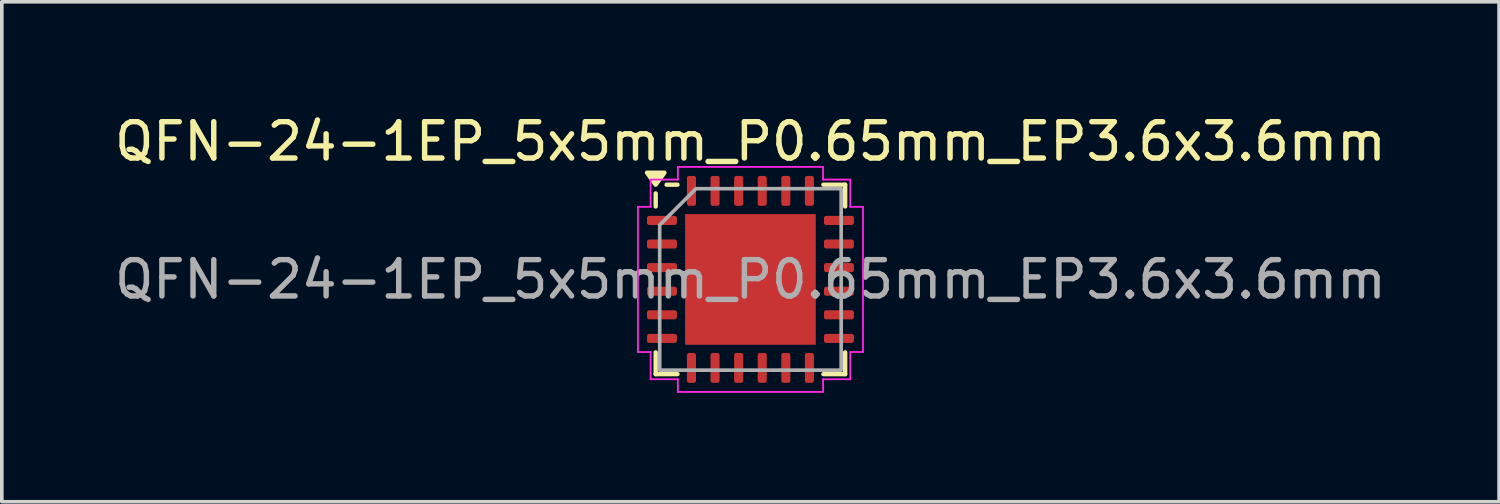
<source format=kicad_pcb>
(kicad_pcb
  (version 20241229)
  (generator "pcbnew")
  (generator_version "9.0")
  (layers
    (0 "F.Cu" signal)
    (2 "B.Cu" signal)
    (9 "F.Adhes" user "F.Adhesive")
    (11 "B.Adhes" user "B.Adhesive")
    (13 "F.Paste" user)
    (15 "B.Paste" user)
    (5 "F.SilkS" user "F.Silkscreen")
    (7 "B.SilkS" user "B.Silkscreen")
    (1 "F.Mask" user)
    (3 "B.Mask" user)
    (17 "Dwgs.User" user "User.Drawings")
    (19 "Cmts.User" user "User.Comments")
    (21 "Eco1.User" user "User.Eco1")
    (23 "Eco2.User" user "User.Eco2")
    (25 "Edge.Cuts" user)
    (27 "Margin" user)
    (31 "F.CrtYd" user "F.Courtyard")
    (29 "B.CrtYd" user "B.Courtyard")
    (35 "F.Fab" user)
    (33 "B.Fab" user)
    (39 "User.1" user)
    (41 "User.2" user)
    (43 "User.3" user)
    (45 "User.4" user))
  (footprint "QFN-24-1EP_5x5mm_P0.65mm_EP3.6x3.6mm"
    (layer "F.Cu")
    (at 17.625 4.648)
    (property "Reference" "QFN-24-1EP_5x5mm_P0.65mm_EP3.6x3.6mm" (at 0 -3.8 0) (layer "F.SilkS") (effects (font (size 1 1) (thickness 0.15))))
    (attr smd)
    (fp_line (start -2.61 -2.01) (end -2.61 -2.37) (stroke (width 0.12) (type solid)) (layer "F.SilkS"))
    (fp_line (start -2.61 2.61) (end -2.61 2.01) (stroke (width 0.12) (type solid)) (layer "F.SilkS"))
    (fp_line (start -2.01 -2.61) (end -2.31 -2.61) (stroke (width 0.12) (type solid)) (layer "F.SilkS"))
    (fp_line (start -2.01 2.61) (end -2.61 2.61) (stroke (width 0.12) (type solid)) (layer "F.SilkS"))
    (fp_line (start 2.01 -2.61) (end 2.61 -2.61) (stroke (width 0.12) (type solid)) (layer "F.SilkS"))
    (fp_line (start 2.01 2.61) (end 2.61 2.61) (stroke (width 0.12) (type solid)) (layer "F.SilkS"))
    (fp_line (start 2.61 -2.61) (end 2.61 -2.01) (stroke (width 0.12) (type solid)) (layer "F.SilkS"))
    (fp_line (start 2.61 2.61) (end 2.61 2.01) (stroke (width 0.12) (type solid)) (layer "F.SilkS"))
    (fp_poly (pts (xy -2.61 -2.61) (xy -2.85 -2.94) (xy -2.37 -2.94)) (stroke (width 0.12) (type solid)) (fill yes) (layer "F.SilkS"))
    (fp_line (start -3.1 -2) (end -2.75 -2) (stroke (width 0.05) (type solid)) (layer "F.CrtYd"))
    (fp_line (start -3.1 2) (end -3.1 -2) (stroke (width 0.05) (type solid)) (layer "F.CrtYd"))
    (fp_line (start -2.75 -2.75) (end -2 -2.75) (stroke (width 0.05) (type solid)) (layer "F.CrtYd"))
    (fp_line (start -2.75 -2) (end -2.75 -2.75) (stroke (width 0.05) (type solid)) (layer "F.CrtYd"))
    (fp_line (start -2.75 2) (end -3.1 2) (stroke (width 0.05) (type solid)) (layer "F.CrtYd"))
    (fp_line (start -2.75 2.75) (end -2.75 2) (stroke (width 0.05) (type solid)) (layer "F.CrtYd"))
    (fp_line (start -2 -3.1) (end 2 -3.1) (stroke (width 0.05) (type solid)) (layer "F.CrtYd"))
    (fp_line (start -2 -2.75) (end -2 -3.1) (stroke (width 0.05) (type solid)) (layer "F.CrtYd"))
    (fp_line (start -2 2.75) (end -2.75 2.75) (stroke (width 0.05) (type solid)) (layer "F.CrtYd"))
    (fp_line (start -2 3.1) (end -2 2.75) (stroke (width 0.05) (type solid)) (layer "F.CrtYd"))
    (fp_line (start 2 -3.1) (end 2 -2.75) (stroke (width 0.05) (type solid)) (layer "F.CrtYd"))
    (fp_line (start 2 -2.75) (end 2.75 -2.75) (stroke (width 0.05) (type solid)) (layer "F.CrtYd"))
    (fp_line (start 2 2.75) (end 2 3.1) (stroke (width 0.05) (type solid)) (layer "F.CrtYd"))
    (fp_line (start 2 3.1) (end -2 3.1) (stroke (width 0.05) (type solid)) (layer "F.CrtYd"))
    (fp_line (start 2.75 -2.75) (end 2.75 -2) (stroke (width 0.05) (type solid)) (layer "F.CrtYd"))
    (fp_line (start 2.75 -2) (end 3.1 -2) (stroke (width 0.05) (type solid)) (layer "F.CrtYd"))
    (fp_line (start 2.75 2) (end 2.75 2.75) (stroke (width 0.05) (type solid)) (layer "F.CrtYd"))
    (fp_line (start 2.75 2.75) (end 2 2.75) (stroke (width 0.05) (type solid)) (layer "F.CrtYd"))
    (fp_line (start 3.1 -2) (end 3.1 2) (stroke (width 0.05) (type solid)) (layer "F.CrtYd"))
    (fp_line (start 3.1 2) (end 2.75 2) (stroke (width 0.05) (type solid)) (layer "F.CrtYd"))
    (fp_poly (pts (xy -2.5 -1.5) (xy -2.5 2.5) (xy 2.5 2.5) (xy 2.5 -2.5) (xy -1.5 -2.5)) (stroke (width 0.1) (type solid)) (fill no) (layer "F.Fab"))
    (fp_text user "${REFERENCE}" (at 0 0 0) (layer "F.Fab") (effects (font (size 1 1) (thickness 0.15))))
    (pad "" smd roundrect (at -1.2 -1.2) (size 0.97 0.97) (layers "F.Paste") (roundrect_rratio 0.25))
    (pad "" smd roundrect (at -1.2 0) (size 0.97 0.97) (layers "F.Paste") (roundrect_rratio 0.25))
    (pad "" smd roundrect (at -1.2 1.2) (size 0.97 0.97) (layers "F.Paste") (roundrect_rratio 0.25))
    (pad "" smd roundrect (at 0 -1.2) (size 0.97 0.97) (layers "F.Paste") (roundrect_rratio 0.25))
    (pad "" smd roundrect (at 0 0) (size 0.97 0.97) (layers "F.Paste") (roundrect_rratio 0.25))
    (pad "" smd roundrect (at 0 1.2) (size 0.97 0.97) (layers "F.Paste") (roundrect_rratio 0.25))
    (pad "" smd roundrect (at 1.2 -1.2) (size 0.97 0.97) (layers "F.Paste") (roundrect_rratio 0.25))
    (pad "" smd roundrect (at 1.2 0) (size 0.97 0.97) (layers "F.Paste") (roundrect_rratio 0.25))
    (pad "" smd roundrect (at 1.2 1.2) (size 0.97 0.97) (layers "F.Paste") (roundrect_rratio 0.25))
    (pad "1" smd roundrect (at -2.438 -1.625) (size 0.825 0.25) (layers "F.Cu" "F.Mask" "F.Paste") (roundrect_rratio 0.25))
    (pad "2" smd roundrect (at -2.438 -0.975) (size 0.825 0.25) (layers "F.Cu" "F.Mask" "F.Paste") (roundrect_rratio 0.25))
    (pad "3" smd roundrect (at -2.438 -0.325) (size 0.825 0.25) (layers "F.Cu" "F.Mask" "F.Paste") (roundrect_rratio 0.25))
    (pad "4" smd roundrect (at -2.438 0.325) (size 0.825 0.25) (layers "F.Cu" "F.Mask" "F.Paste") (roundrect_rratio 0.25))
    (pad "5" smd roundrect (at -2.438 0.975) (size 0.825 0.25) (layers "F.Cu" "F.Mask" "F.Paste") (roundrect_rratio 0.25))
    (pad "6" smd roundrect (at -2.438 1.625) (size 0.825 0.25) (layers "F.Cu" "F.Mask" "F.Paste") (roundrect_rratio 0.25))
    (pad "7" smd roundrect (at -1.625 2.438) (size 0.25 0.825) (layers "F.Cu" "F.Mask" "F.Paste") (roundrect_rratio 0.25))
    (pad "8" smd roundrect (at -0.975 2.438) (size 0.25 0.825) (layers "F.Cu" "F.Mask" "F.Paste") (roundrect_rratio 0.25))
    (pad "9" smd roundrect (at -0.325 2.438) (size 0.25 0.825) (layers "F.Cu" "F.Mask" "F.Paste") (roundrect_rratio 0.25))
    (pad "10" smd roundrect (at 0.325 2.438) (size 0.25 0.825) (layers "F.Cu" "F.Mask" "F.Paste") (roundrect_rratio 0.25))
    (pad "11" smd roundrect (at 0.975 2.438) (size 0.25 0.825) (layers "F.Cu" "F.Mask" "F.Paste") (roundrect_rratio 0.25))
    (pad "12" smd roundrect (at 1.625 2.438) (size 0.25 0.825) (layers "F.Cu" "F.Mask" "F.Paste") (roundrect_rratio 0.25))
    (pad "13" smd roundrect (at 2.438 1.625) (size 0.825 0.25) (layers "F.Cu" "F.Mask" "F.Paste") (roundrect_rratio 0.25))
    (pad "14" smd roundrect (at 2.438 0.975) (size 0.825 0.25) (layers "F.Cu" "F.Mask" "F.Paste") (roundrect_rratio 0.25))
    (pad "15" smd roundrect (at 2.438 0.325) (size 0.825 0.25) (layers "F.Cu" "F.Mask" "F.Paste") (roundrect_rratio 0.25))
    (pad "16" smd roundrect (at 2.438 -0.325) (size 0.825 0.25) (layers "F.Cu" "F.Mask" "F.Paste") (roundrect_rratio 0.25))
    (pad "17" smd roundrect (at 2.438 -0.975) (size 0.825 0.25) (layers "F.Cu" "F.Mask" "F.Paste") (roundrect_rratio 0.25))
    (pad "18" smd roundrect (at 2.438 -1.625) (size 0.825 0.25) (layers "F.Cu" "F.Mask" "F.Paste") (roundrect_rratio 0.25))
    (pad "19" smd roundrect (at 1.625 -2.438) (size 0.25 0.825) (layers "F.Cu" "F.Mask" "F.Paste") (roundrect_rratio 0.25))
    (pad "20" smd roundrect (at 0.975 -2.438) (size 0.25 0.825) (layers "F.Cu" "F.Mask" "F.Paste") (roundrect_rratio 0.25))
    (pad "21" smd roundrect (at 0.325 -2.438) (size 0.25 0.825) (layers "F.Cu" "F.Mask" "F.Paste") (roundrect_rratio 0.25))
    (pad "22" smd roundrect (at -0.325 -2.438) (size 0.25 0.825) (layers "F.Cu" "F.Mask" "F.Paste") (roundrect_rratio 0.25))
    (pad "23" smd roundrect (at -0.975 -2.438) (size 0.25 0.825) (layers "F.Cu" "F.Mask" "F.Paste") (roundrect_rratio 0.25))
    (pad "24" smd roundrect (at -1.625 -2.438) (size 0.25 0.825) (layers "F.Cu" "F.Mask" "F.Paste") (roundrect_rratio 0.25))
    (pad "25" smd rect (at 0 0) (size 3.6 3.6) (property pad_prop_heatsink) (layers "F.Cu" "F.Mask")))
  (gr_rect
    (start -3 -3)
    (end 38.25 10.773)
    (stroke (width 0.1) (type default))
    (fill no)
    (layer "Edge.Cuts")))
</source>
